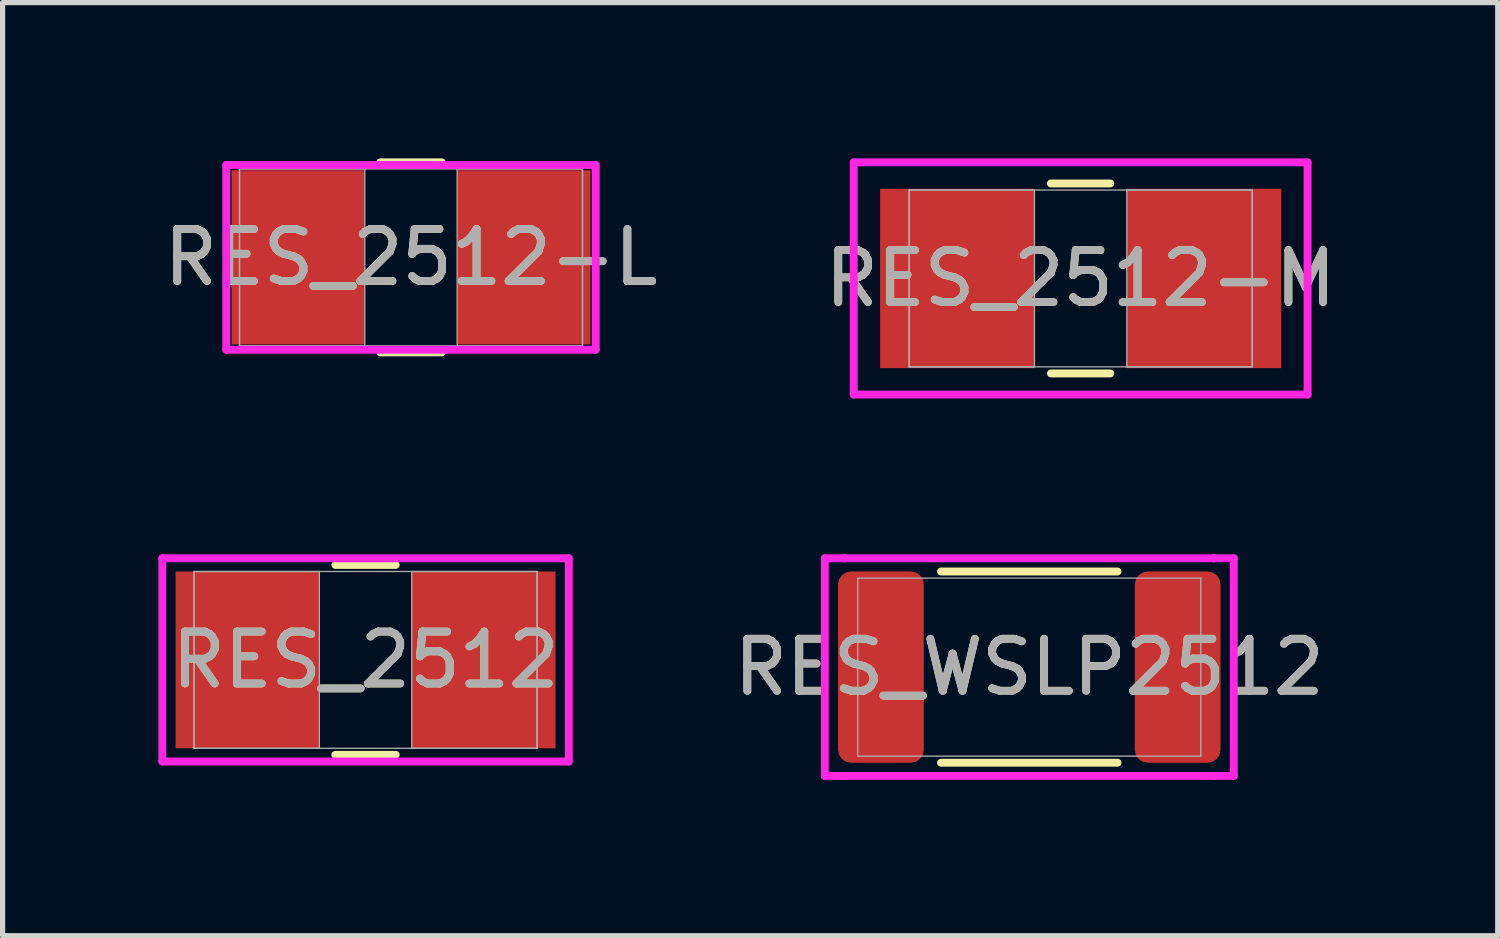
<source format=kicad_pcb>
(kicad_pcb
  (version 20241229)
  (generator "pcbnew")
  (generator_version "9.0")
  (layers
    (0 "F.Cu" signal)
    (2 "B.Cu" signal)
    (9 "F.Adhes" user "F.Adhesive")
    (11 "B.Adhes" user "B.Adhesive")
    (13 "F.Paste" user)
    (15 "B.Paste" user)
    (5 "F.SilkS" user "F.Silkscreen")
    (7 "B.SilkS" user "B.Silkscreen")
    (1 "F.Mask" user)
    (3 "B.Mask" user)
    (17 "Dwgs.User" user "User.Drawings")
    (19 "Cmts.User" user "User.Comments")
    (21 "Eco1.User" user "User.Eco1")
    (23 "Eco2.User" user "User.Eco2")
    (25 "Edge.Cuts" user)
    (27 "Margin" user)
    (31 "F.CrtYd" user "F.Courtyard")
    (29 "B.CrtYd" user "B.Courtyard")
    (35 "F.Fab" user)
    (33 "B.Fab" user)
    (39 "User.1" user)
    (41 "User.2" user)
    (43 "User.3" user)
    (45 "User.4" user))
  (footprint "RES_WSLP2512"
    (layer "F.Cu")
    (at 16.767 9.794)
    (property "Reference" "RES_WSLP2512" (at 0 0 0) (unlocked yes) (layer "F.SilkS") (effects (font (size 1 1) (thickness 0.15))))
    (attr smd)
    (fp_line (start -1.699 1.841) (end 1.699 1.841) (stroke (width 0.152) (type solid)) (layer "F.SilkS"))
    (fp_line (start 1.699 -1.841) (end -1.699 -1.841) (stroke (width 0.152) (type solid)) (layer "F.SilkS"))
    (fp_line (start -3.937 -2.095) (end -3.556 -2.095) (stroke (width 0.152) (type solid)) (layer "F.CrtYd"))
    (fp_line (start -3.937 2.095) (end -3.937 -2.095) (stroke (width 0.152) (type solid)) (layer "F.CrtYd"))
    (fp_line (start -3.556 -2.095) (end -3.556 -2.095) (stroke (width 0.152) (type solid)) (layer "F.CrtYd"))
    (fp_line (start -3.556 -2.095) (end 3.556 -2.095) (stroke (width 0.152) (type solid)) (layer "F.CrtYd"))
    (fp_line (start -3.556 2.095) (end -3.937 2.095) (stroke (width 0.152) (type solid)) (layer "F.CrtYd"))
    (fp_line (start -3.556 2.095) (end -3.556 2.095) (stroke (width 0.152) (type solid)) (layer "F.CrtYd"))
    (fp_line (start 3.556 -2.095) (end 3.556 -2.095) (stroke (width 0.152) (type solid)) (layer "F.CrtYd"))
    (fp_line (start 3.556 -2.095) (end 3.937 -2.095) (stroke (width 0.152) (type solid)) (layer "F.CrtYd"))
    (fp_line (start 3.556 2.095) (end -3.556 2.095) (stroke (width 0.152) (type solid)) (layer "F.CrtYd"))
    (fp_line (start 3.556 2.095) (end 3.556 2.095) (stroke (width 0.152) (type solid)) (layer "F.CrtYd"))
    (fp_line (start 3.937 -2.095) (end 3.937 2.095) (stroke (width 0.152) (type solid)) (layer "F.CrtYd"))
    (fp_line (start 3.937 2.095) (end 3.556 2.095) (stroke (width 0.152) (type solid)) (layer "F.CrtYd"))
    (fp_line (start -3.302 -1.714) (end -3.302 1.714) (stroke (width 0.025) (type solid)) (layer "F.Fab"))
    (fp_line (start -3.302 1.714) (end 3.302 1.714) (stroke (width 0.025) (type solid)) (layer "F.Fab"))
    (fp_line (start 3.302 -1.714) (end -3.302 -1.714) (stroke (width 0.025) (type solid)) (layer "F.Fab"))
    (fp_line (start 3.302 1.714) (end 3.302 -1.714) (stroke (width 0.025) (type solid)) (layer "F.Fab"))
    (fp_text user "${REFERENCE}" (at 0 0 0) (unlocked yes) (layer "F.Fab") (effects (font (size 1 1) (thickness 0.15))))
    (pad "1" smd roundrect (at -2.857 0) (size 1.651 3.683) (layers "F.Cu" "F.Mask" "F.Paste") (roundrect_rratio 0.151))
    (pad "2" smd roundrect (at 2.857 0) (size 1.651 3.683) (layers "F.Cu" "F.Mask" "F.Paste") (roundrect_rratio 0.151))
    (zone (net_name "") (layer "F.Cu") (hatch full 0.508) (connect_pads) (min_thickness 0.254) (filled_areas_thickness no) (keepout (tracks not_allowed) (vias not_allowed) (pads allowed) (copperpour not_allowed) (footprints allowed)) (placement (enabled no)) (fill) (polygon (pts (xy 14.786 8.004) (xy 18.748 8.004) (xy 18.748 11.585) (xy 14.786 11.585)))))
  (footprint "RES_2512"
    (layer "F.Cu")
    (at 3.988 9.655)
    (property "Reference" "RES_2512" (at 0 0 0) (unlocked yes) (layer "F.SilkS") (effects (font (size 1 1) (thickness 0.15))))
    (attr smd)
    (fp_line (start -0.581 1.829) (end 0.581 1.829) (stroke (width 0.152) (type solid)) (layer "F.SilkS"))
    (fp_line (start 0.581 -1.829) (end -0.581 -1.829) (stroke (width 0.152) (type solid)) (layer "F.SilkS"))
    (fp_line (start -3.912 -1.956) (end 3.912 -1.956) (stroke (width 0.152) (type solid)) (layer "F.CrtYd"))
    (fp_line (start -3.912 1.956) (end -3.912 -1.956) (stroke (width 0.152) (type solid)) (layer "F.CrtYd"))
    (fp_line (start 3.912 -1.956) (end 3.912 1.956) (stroke (width 0.152) (type solid)) (layer "F.CrtYd"))
    (fp_line (start 3.912 1.956) (end -3.912 1.956) (stroke (width 0.152) (type solid)) (layer "F.CrtYd"))
    (fp_line (start -3.302 -1.702) (end -3.302 1.702) (stroke (width 0.025) (type solid)) (layer "F.Fab"))
    (fp_line (start -3.302 -1.702) (end -3.302 1.702) (stroke (width 0.025) (type solid)) (layer "F.Fab"))
    (fp_line (start -3.302 1.702) (end -0.889 1.702) (stroke (width 0.025) (type solid)) (layer "F.Fab"))
    (fp_line (start -3.302 1.702) (end 3.302 1.702) (stroke (width 0.025) (type solid)) (layer "F.Fab"))
    (fp_line (start -0.889 -1.702) (end -3.302 -1.702) (stroke (width 0.025) (type solid)) (layer "F.Fab"))
    (fp_line (start -0.889 1.702) (end -0.889 -1.702) (stroke (width 0.025) (type solid)) (layer "F.Fab"))
    (fp_line (start 0.889 -1.702) (end 0.889 1.702) (stroke (width 0.025) (type solid)) (layer "F.Fab"))
    (fp_line (start 0.889 1.702) (end 3.302 1.702) (stroke (width 0.025) (type solid)) (layer "F.Fab"))
    (fp_line (start 3.302 -1.702) (end -3.302 -1.702) (stroke (width 0.025) (type solid)) (layer "F.Fab"))
    (fp_line (start 3.302 -1.702) (end 0.889 -1.702) (stroke (width 0.025) (type solid)) (layer "F.Fab"))
    (fp_line (start 3.302 1.702) (end 3.302 -1.702) (stroke (width 0.025) (type solid)) (layer "F.Fab"))
    (fp_line (start 3.302 1.702) (end 3.302 -1.702) (stroke (width 0.025) (type solid)) (layer "F.Fab"))
    (fp_text user "${REFERENCE}" (at 0 0 0) (unlocked yes) (layer "F.Fab") (effects (font (size 1 1) (thickness 0.15))))
    (pad "1" smd rect (at -2.273 0) (size 2.769 3.404) (layers "F.Cu" "F.Mask" "F.Paste"))
    (pad "2" smd rect (at 2.273 0) (size 2.769 3.404) (layers "F.Cu" "F.Mask" "F.Paste"))
    (zone (net_name "") (layer "F.Cu") (hatch full 0.508) (connect_pads) (min_thickness 0.254) (filled_areas_thickness no) (keepout (tracks not_allowed) (vias not_allowed) (pads allowed) (copperpour not_allowed) (footprints allowed)) (placement (enabled no)) (fill) (polygon (pts (xy 3.15 8.004) (xy 4.826 8.004) (xy 4.826 11.306) (xy 3.15 11.306)))))
  (footprint "RES_2512-M"
    (layer "F.Cu")
    (at 17.756 2.311)
    (property "Reference" "RES_2512-M" (at 0 0 0) (unlocked yes) (layer "F.SilkS") (effects (font (size 1 1) (thickness 0.15))))
    (attr smd)
    (fp_line (start -0.572 1.829) (end 0.572 1.829) (stroke (width 0.152) (type solid)) (layer "F.SilkS"))
    (fp_line (start 0.572 -1.829) (end -0.572 -1.829) (stroke (width 0.152) (type solid)) (layer "F.SilkS"))
    (fp_line (start -4.369 -2.235) (end 4.369 -2.235) (stroke (width 0.152) (type solid)) (layer "F.CrtYd"))
    (fp_line (start -4.369 2.235) (end -4.369 -2.235) (stroke (width 0.152) (type solid)) (layer "F.CrtYd"))
    (fp_line (start 4.369 -2.235) (end 4.369 2.235) (stroke (width 0.152) (type solid)) (layer "F.CrtYd"))
    (fp_line (start 4.369 2.235) (end -4.369 2.235) (stroke (width 0.152) (type solid)) (layer "F.CrtYd"))
    (fp_line (start -3.302 -1.702) (end -3.302 1.702) (stroke (width 0.025) (type solid)) (layer "F.Fab"))
    (fp_line (start -3.302 -1.702) (end -3.302 1.702) (stroke (width 0.025) (type solid)) (layer "F.Fab"))
    (fp_line (start -3.302 1.702) (end -0.889 1.702) (stroke (width 0.025) (type solid)) (layer "F.Fab"))
    (fp_line (start -3.302 1.702) (end 3.302 1.702) (stroke (width 0.025) (type solid)) (layer "F.Fab"))
    (fp_line (start -0.889 -1.702) (end -3.302 -1.702) (stroke (width 0.025) (type solid)) (layer "F.Fab"))
    (fp_line (start -0.889 1.702) (end -0.889 -1.702) (stroke (width 0.025) (type solid)) (layer "F.Fab"))
    (fp_line (start 0.889 -1.702) (end 0.889 1.702) (stroke (width 0.025) (type solid)) (layer "F.Fab"))
    (fp_line (start 0.889 1.702) (end 3.302 1.702) (stroke (width 0.025) (type solid)) (layer "F.Fab"))
    (fp_line (start 3.302 -1.702) (end -3.302 -1.702) (stroke (width 0.025) (type solid)) (layer "F.Fab"))
    (fp_line (start 3.302 -1.702) (end 0.889 -1.702) (stroke (width 0.025) (type solid)) (layer "F.Fab"))
    (fp_line (start 3.302 1.702) (end 3.302 -1.702) (stroke (width 0.025) (type solid)) (layer "F.Fab"))
    (fp_line (start 3.302 1.702) (end 3.302 -1.702) (stroke (width 0.025) (type solid)) (layer "F.Fab"))
    (fp_text user "${REFERENCE}" (at 0 0 0) (unlocked yes) (layer "F.Fab") (effects (font (size 1 1) (thickness 0.15))))
    (pad "1" smd rect (at -2.375 0) (size 2.972 3.454) (layers "F.Cu" "F.Mask" "F.Paste"))
    (pad "2" smd rect (at 2.375 0) (size 2.972 3.454) (layers "F.Cu" "F.Mask" "F.Paste"))
    (zone (net_name "") (layer "F.Cu") (hatch full 0.508) (connect_pads) (min_thickness 0.254) (filled_areas_thickness no) (keepout (tracks not_allowed) (vias not_allowed) (pads allowed) (copperpour not_allowed) (footprints allowed)) (placement (enabled no)) (fill) (polygon (pts (xy 16.918 0.66) (xy 18.594 0.66) (xy 18.594 3.962) (xy 16.918 3.962)))))
  (footprint "RES_2512-L"
    (layer "F.Cu")
    (at 4.863 1.905)
    (property "Reference" "RES_2512-L" (at 0 0 0) (unlocked yes) (layer "F.SilkS") (effects (font (size 1 1) (thickness 0.15))))
    (attr smd)
    (fp_line (start -0.593 1.829) (end 0.593 1.829) (stroke (width 0.152) (type solid)) (layer "F.SilkS"))
    (fp_line (start 0.593 -1.829) (end -0.593 -1.829) (stroke (width 0.152) (type solid)) (layer "F.SilkS"))
    (fp_line (start -3.556 -1.778) (end 3.556 -1.778) (stroke (width 0.152) (type solid)) (layer "F.CrtYd"))
    (fp_line (start -3.556 1.778) (end -3.556 -1.778) (stroke (width 0.152) (type solid)) (layer "F.CrtYd"))
    (fp_line (start 3.556 -1.778) (end 3.556 1.778) (stroke (width 0.152) (type solid)) (layer "F.CrtYd"))
    (fp_line (start 3.556 1.778) (end -3.556 1.778) (stroke (width 0.152) (type solid)) (layer "F.CrtYd"))
    (fp_line (start -3.302 -1.702) (end -3.302 1.702) (stroke (width 0.025) (type solid)) (layer "F.Fab"))
    (fp_line (start -3.302 -1.702) (end -3.302 1.702) (stroke (width 0.025) (type solid)) (layer "F.Fab"))
    (fp_line (start -3.302 1.702) (end -0.889 1.702) (stroke (width 0.025) (type solid)) (layer "F.Fab"))
    (fp_line (start -3.302 1.702) (end 3.302 1.702) (stroke (width 0.025) (type solid)) (layer "F.Fab"))
    (fp_line (start -0.889 -1.702) (end -3.302 -1.702) (stroke (width 0.025) (type solid)) (layer "F.Fab"))
    (fp_line (start -0.889 1.702) (end -0.889 -1.702) (stroke (width 0.025) (type solid)) (layer "F.Fab"))
    (fp_line (start 0.889 -1.702) (end 0.889 1.702) (stroke (width 0.025) (type solid)) (layer "F.Fab"))
    (fp_line (start 0.889 1.702) (end 3.302 1.702) (stroke (width 0.025) (type solid)) (layer "F.Fab"))
    (fp_line (start 3.302 -1.702) (end -3.302 -1.702) (stroke (width 0.025) (type solid)) (layer "F.Fab"))
    (fp_line (start 3.302 -1.702) (end 0.889 -1.702) (stroke (width 0.025) (type solid)) (layer "F.Fab"))
    (fp_line (start 3.302 1.702) (end 3.302 -1.702) (stroke (width 0.025) (type solid)) (layer "F.Fab"))
    (fp_line (start 3.302 1.702) (end 3.302 -1.702) (stroke (width 0.025) (type solid)) (layer "F.Fab"))
    (fp_text user "${REFERENCE}" (at 0 0 0) (unlocked yes) (layer "F.Fab") (effects (font (size 1 1) (thickness 0.15))))
    (pad "1" smd rect (at -2.172 0) (size 2.565 3.353) (layers "F.Cu" "F.Mask" "F.Paste"))
    (pad "2" smd rect (at 2.172 0) (size 2.565 3.353) (layers "F.Cu" "F.Mask" "F.Paste"))
    (zone (net_name "") (layer "F.Cu") (hatch full 0.508) (connect_pads) (min_thickness 0.254) (filled_areas_thickness no) (keepout (tracks not_allowed) (vias not_allowed) (pads allowed) (copperpour not_allowed) (footprints allowed)) (placement (enabled no)) (fill) (polygon (pts (xy 4.025 0.254) (xy 5.701 0.254) (xy 5.701 3.556) (xy 4.025 3.556)))))
  (gr_rect
    (start -3 -3)
    (end 25.786 14.966)
    (stroke (width 0.1) (type default))
    (fill no)
    (layer "Edge.Cuts")))
</source>
